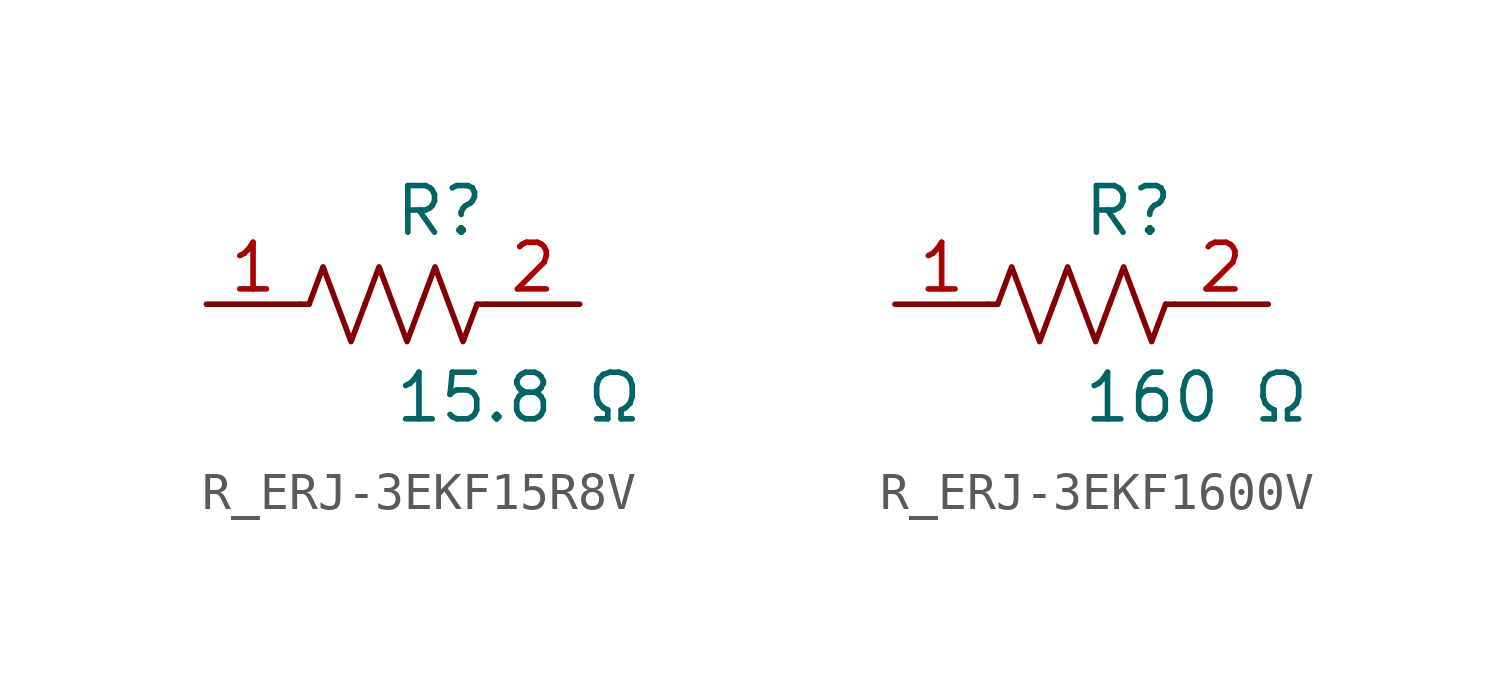
<source format=kicad_sym>
(kicad_symbol_lib
  (version 20231120)
  (generator kicad_symbol_editor)
  (generator_version 8.0)
  (symbol "R_ERJ-3EKF15R8V"
    (pin_names
      (offset 0.254))
    (property "Reference" "R"
      (at 0.0 2.54 0)
      (effects (font (size 1.27 1.27)) (justify left)))
    (property "Value" "15.8 Ω"
      (at 0.0 -2.54 0)
      (effects (font (size 1.27 1.27)) (justify left)))
    (symbol "R_ERJ-3EKF15R8V_0_1"
      (polyline (pts (xy 2.286 0) (xy 2.54 0)) (stroke (width 0) (type default)) (fill (type none)))
      (polyline (pts (xy -2.286 0) (xy -2.54 0)) (stroke (width 0) (type default)) (fill (type none)))
      (polyline (pts (xy 0.762 0) (xy 1.143 1.016) (xy 1.524 0) (xy 1.905 -1.016) (xy 2.286 0)) (stroke (width 0) (type default)) (fill (type none)))
      (polyline (pts (xy -0.762 0) (xy -0.381 1.016) (xy 0 0) (xy 0.381 -1.016) (xy 0.762 0)) (stroke (width 0) (type default)) (fill (type none)))
      (polyline (pts (xy -2.286 0) (xy -1.905 1.016) (xy -1.524 0) (xy -1.143 -1.016) (xy -0.762 0)) (stroke (width 0) (type default)) (fill (type none))))
    (pin unspecified line
      (at -5.08 0 0)
      (length 2.54)
      (name "" (effects (font (size 1.27 1.27))))
      (number "1" (effects (font (size 1.27 1.27)))))
    (pin unspecified line
      (at 5.08 0 180)
      (length 2.54)
      (name "" (effects (font (size 1.27 1.27))))
      (number "2" (effects (font (size 1.27 1.27))))))
  (symbol "R_ERJ-3EKF1600V"
    (pin_names
      (offset 0.254))
    (property "Reference" "R"
      (at 0.0 2.54 0)
      (effects (font (size 1.27 1.27)) (justify left)))
    (property "Value" "160 Ω"
      (at 0.0 -2.54 0)
      (effects (font (size 1.27 1.27)) (justify left)))
    (symbol "R_ERJ-3EKF1600V_0_1"
      (polyline (pts (xy 2.286 0) (xy 2.54 0)) (stroke (width 0) (type default)) (fill (type none)))
      (polyline (pts (xy -2.286 0) (xy -2.54 0)) (stroke (width 0) (type default)) (fill (type none)))
      (polyline (pts (xy 0.762 0) (xy 1.143 1.016) (xy 1.524 0) (xy 1.905 -1.016) (xy 2.286 0)) (stroke (width 0) (type default)) (fill (type none)))
      (polyline (pts (xy -0.762 0) (xy -0.381 1.016) (xy 0 0) (xy 0.381 -1.016) (xy 0.762 0)) (stroke (width 0) (type default)) (fill (type none)))
      (polyline (pts (xy -2.286 0) (xy -1.905 1.016) (xy -1.524 0) (xy -1.143 -1.016) (xy -0.762 0)) (stroke (width 0) (type default)) (fill (type none))))
    (pin unspecified line
      (at -5.08 0 0)
      (length 2.54)
      (name "" (effects (font (size 1.27 1.27))))
      (number "1" (effects (font (size 1.27 1.27)))))
    (pin unspecified line
      (at 5.08 0 180)
      (length 2.54)
      (name "" (effects (font (size 1.27 1.27))))
      (number "2" (effects (font (size 1.27 1.27)))))))
</source>
